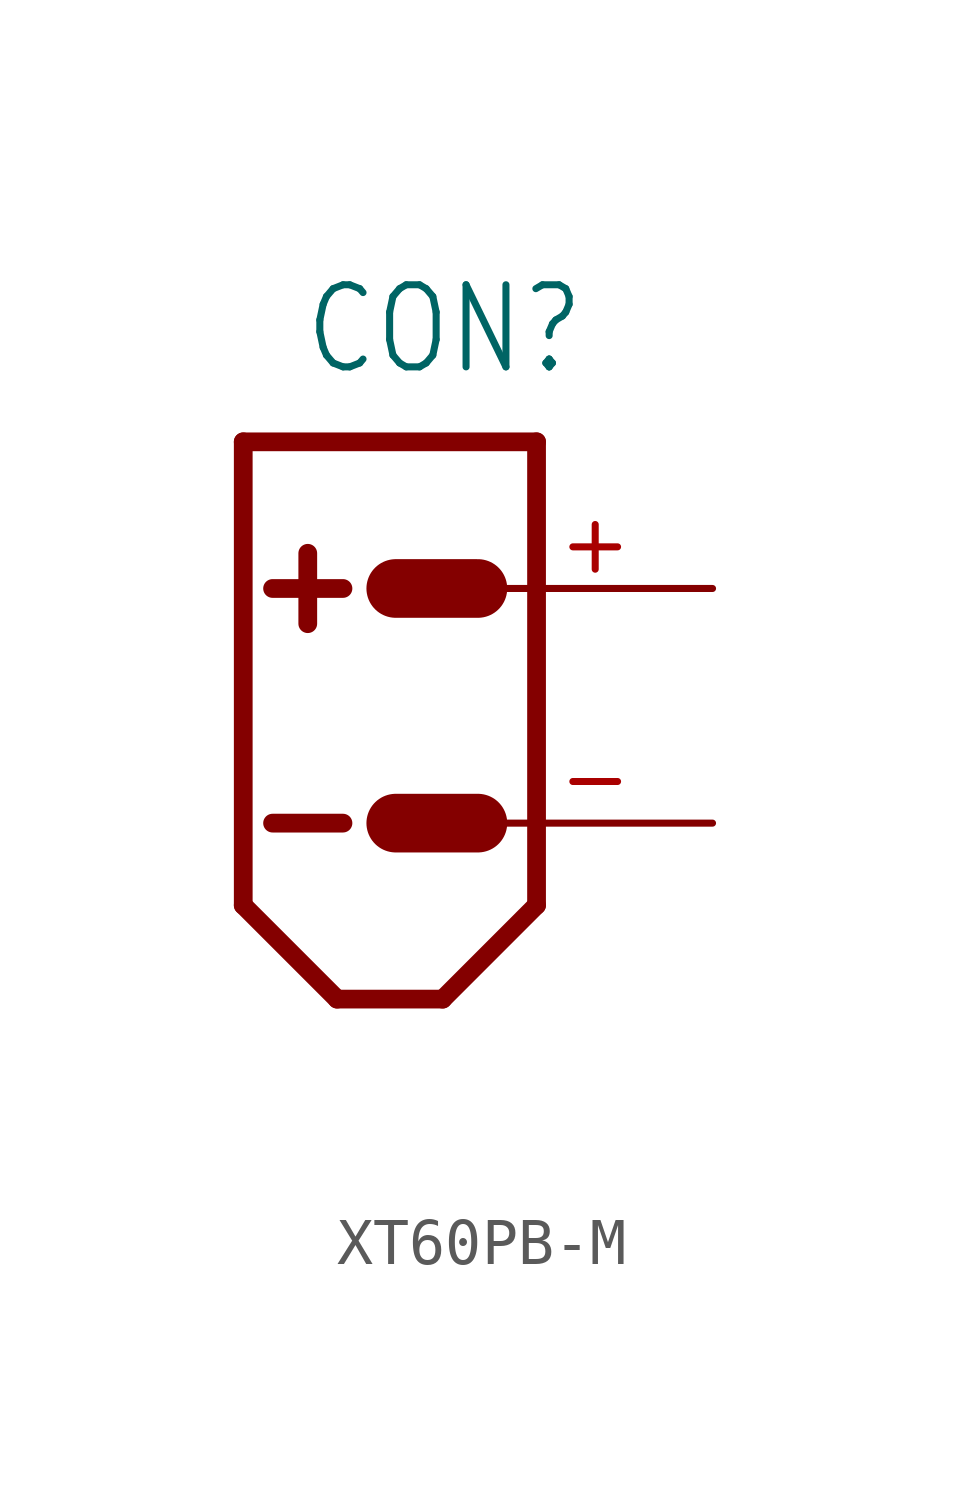
<source format=kicad_sym>
(kicad_symbol_lib
  (version 20220914)
  (generator kicad_symbol_editor)
  (symbol "XT60PB-M"
    (property "Reference" "CON"
      (at -3.81 7.112 0)
      (effects (font (size 1.778 1.511)) (justify left bottom)))
    (property "Value" ""
      (at -3.81 -8.89 0)
      (effects (font (size 1.778 1.511)) (justify left bottom)))
    (property "ki_locked" ""
      (at 0 0 0)
      (effects (font (size 1.27 1.27))))
    (symbol "XT60PB-M_1_0"
      (polyline (pts (xy -5.08 -4.318) (xy -3.048 -6.35)) (stroke (width 0.406) (type solid)) (fill (type none)))
      (polyline (pts (xy -5.08 5.715) (xy -5.08 -4.318)) (stroke (width 0.406) (type solid)) (fill (type none)))
      (polyline (pts (xy -5.08 5.715) (xy 1.27 5.715)) (stroke (width 0.406) (type solid)) (fill (type none)))
      (polyline (pts (xy -4.445 -2.54) (xy -2.921 -2.54)) (stroke (width 0.406) (type solid)) (fill (type none)))
      (polyline (pts (xy -4.445 2.54) (xy -2.921 2.54)) (stroke (width 0.406) (type solid)) (fill (type none)))
      (polyline (pts (xy -3.683 3.302) (xy -3.683 1.778)) (stroke (width 0.406) (type solid)) (fill (type none)))
      (polyline (pts (xy -3.048 -6.35) (xy -0.762 -6.35)) (stroke (width 0.406) (type solid)) (fill (type none)))
      (polyline (pts (xy -0.762 -6.35) (xy 1.27 -4.318)) (stroke (width 0.406) (type solid)) (fill (type none)))
      (polyline (pts (xy 0 -2.54) (xy -1.778 -2.54)) (stroke (width 1.27) (type solid)) (fill (type none)))
      (polyline (pts (xy 0 2.54) (xy -1.778 2.54)) (stroke (width 1.27) (type solid)) (fill (type none)))
      (polyline (pts (xy 1.27 -4.318) (xy 1.27 5.715)) (stroke (width 0.406) (type solid)) (fill (type none)))
      (pin power_in line (at 5.08 2.54 180) (length 5.08) (name "+" (effects (font (size 0 0)))) (number "+" (effects (font (size 1.27 1.27)))))
      (pin power_in line (at 5.08 -2.54 180) (length 5.08) (name "-" (effects (font (size 0 0)))) (number "-" (effects (font (size 1.27 1.27))))))))
</source>
